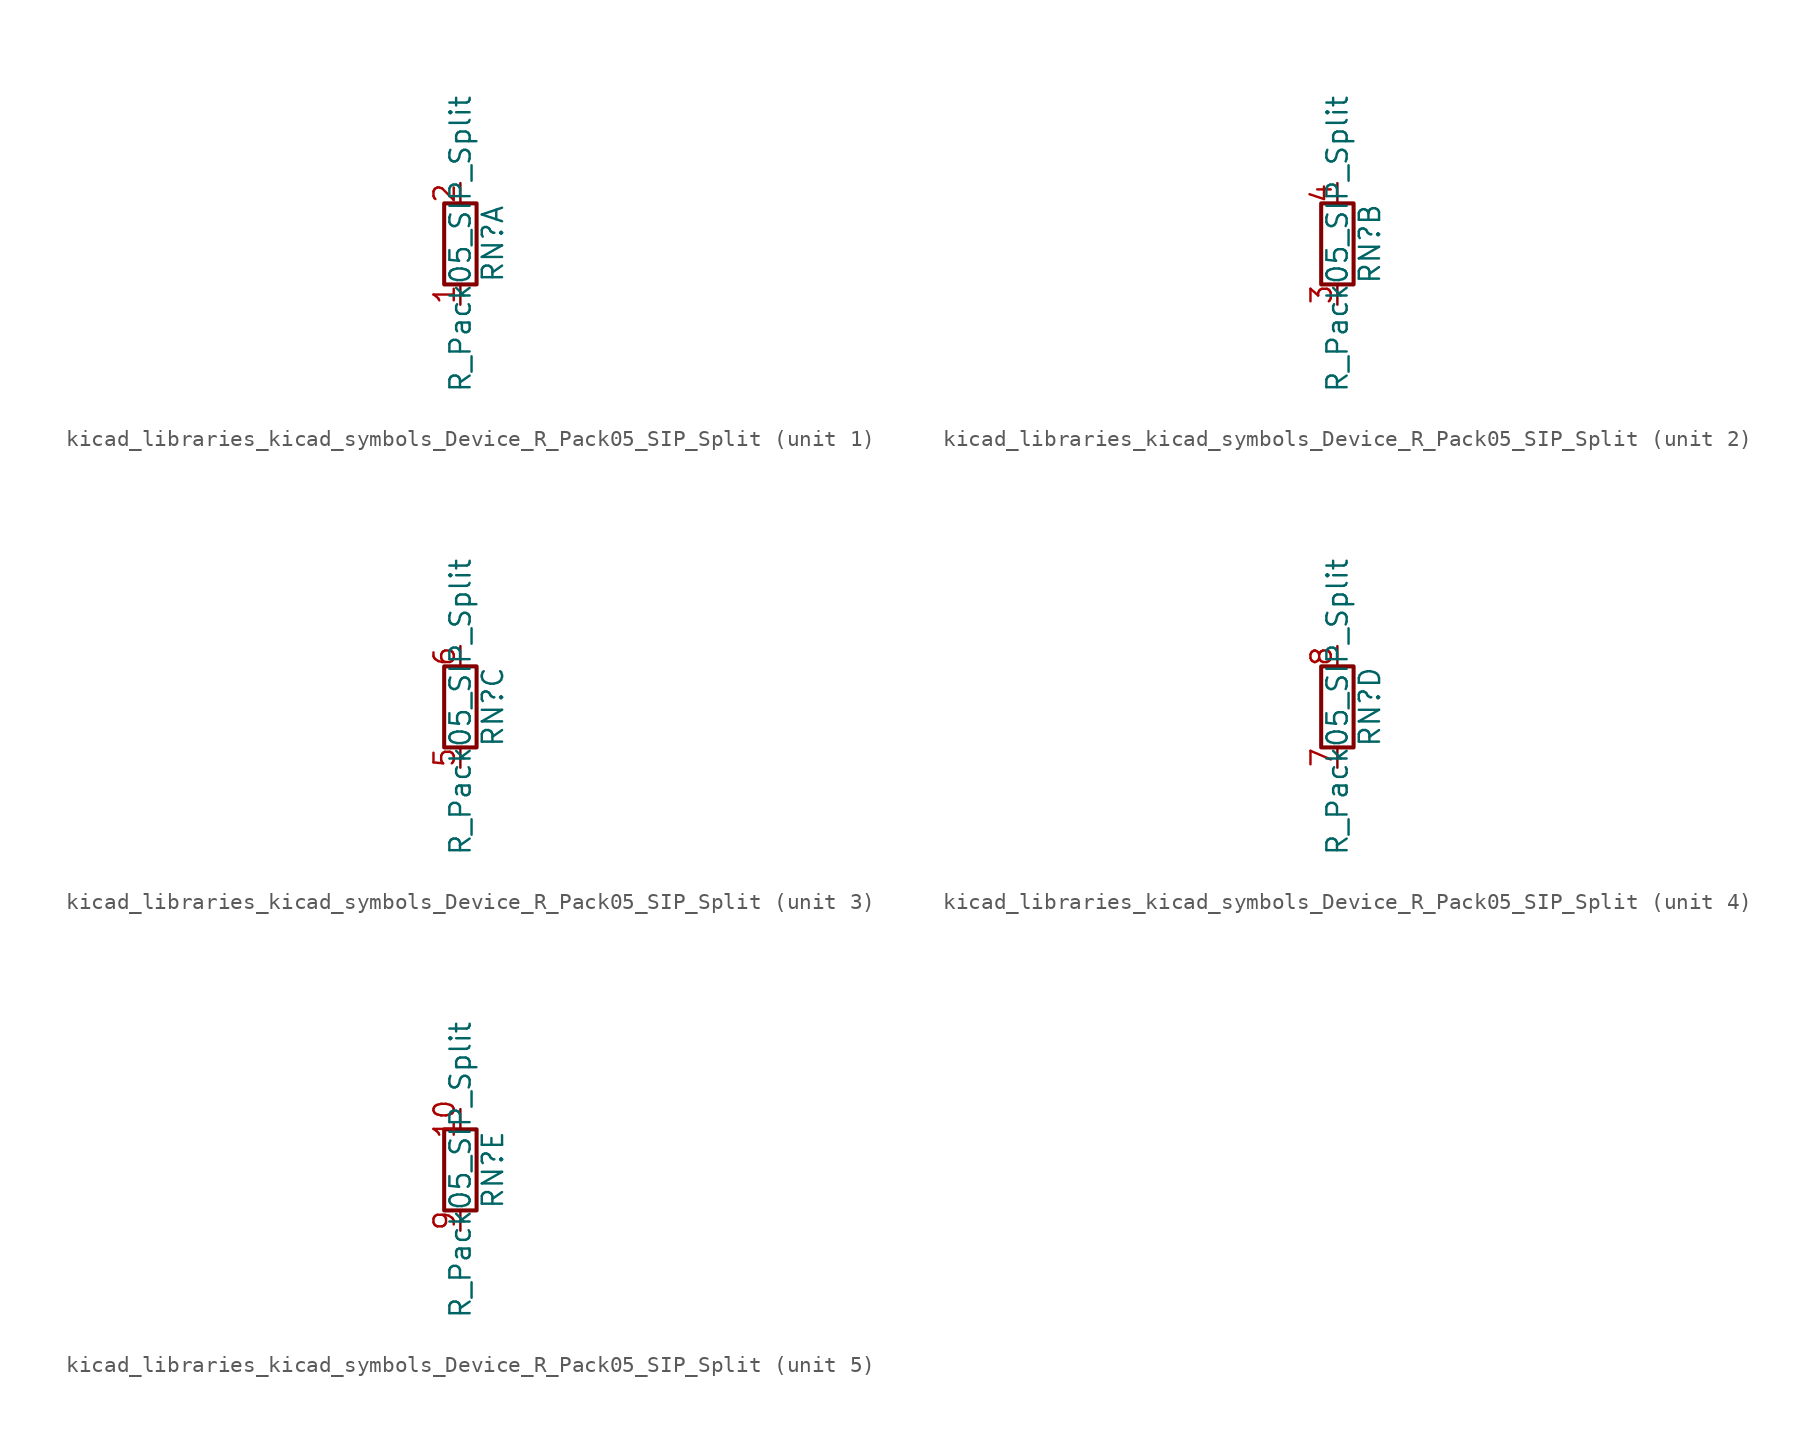
<source format=kicad_sym>
(kicad_symbol_lib
  (version 20220914)
  (generator kicad_symbol_editor)
  (symbol "kicad_libraries_kicad_symbols_Device_R_Pack05_SIP_Split"
    (pin_names
      (offset 0) hide)
    (property "Reference" "RN"
      (at 2.032 0 90)
      (effects (font (size 1.27 1.27))))
    (property "Value" "R_Pack05_SIP_Split"
      (at 0 0 90)
      (effects (font (size 1.27 1.27))))
    (symbol "kicad_libraries_kicad_symbols_Device_R_Pack05_SIP_Split_0_1"
      (rectangle (start 1.016 2.54) (end -1.016 -2.54) (stroke (width 0.254) (type default)) (fill (type none))))
    (symbol "kicad_libraries_kicad_symbols_Device_R_Pack05_SIP_Split_1_1"
      (pin passive line (at 0 -3.81 90) (length 1.27) (name "R1.1" (effects (font (size 1.27 1.27)))) (number "1" (effects (font (size 1.27 1.27)))))
      (pin passive line (at 0 3.81 270) (length 1.27) (name "R1.2" (effects (font (size 1.27 1.27)))) (number "2" (effects (font (size 1.27 1.27))))))
    (symbol "kicad_libraries_kicad_symbols_Device_R_Pack05_SIP_Split_2_1"
      (pin passive line (at 0 -3.81 90) (length 1.27) (name "R2.1" (effects (font (size 1.27 1.27)))) (number "3" (effects (font (size 1.27 1.27)))))
      (pin passive line (at 0 3.81 270) (length 1.27) (name "R2.2" (effects (font (size 1.27 1.27)))) (number "4" (effects (font (size 1.27 1.27))))))
    (symbol "kicad_libraries_kicad_symbols_Device_R_Pack05_SIP_Split_3_1"
      (pin passive line (at 0 -3.81 90) (length 1.27) (name "R3.1" (effects (font (size 1.27 1.27)))) (number "5" (effects (font (size 1.27 1.27)))))
      (pin passive line (at 0 3.81 270) (length 1.27) (name "R3.2" (effects (font (size 1.27 1.27)))) (number "6" (effects (font (size 1.27 1.27))))))
    (symbol "kicad_libraries_kicad_symbols_Device_R_Pack05_SIP_Split_4_1"
      (pin passive line (at 0 -3.81 90) (length 1.27) (name "R4.1" (effects (font (size 1.27 1.27)))) (number "7" (effects (font (size 1.27 1.27)))))
      (pin passive line (at 0 3.81 270) (length 1.27) (name "R4.2" (effects (font (size 1.27 1.27)))) (number "8" (effects (font (size 1.27 1.27))))))
    (symbol "kicad_libraries_kicad_symbols_Device_R_Pack05_SIP_Split_5_1"
      (pin passive line (at 0 3.81 270) (length 1.27) (name "R5.2" (effects (font (size 1.27 1.27)))) (number "10" (effects (font (size 1.27 1.27)))))
      (pin passive line (at 0 -3.81 90) (length 1.27) (name "R5.1" (effects (font (size 1.27 1.27)))) (number "9" (effects (font (size 1.27 1.27))))))))
</source>
